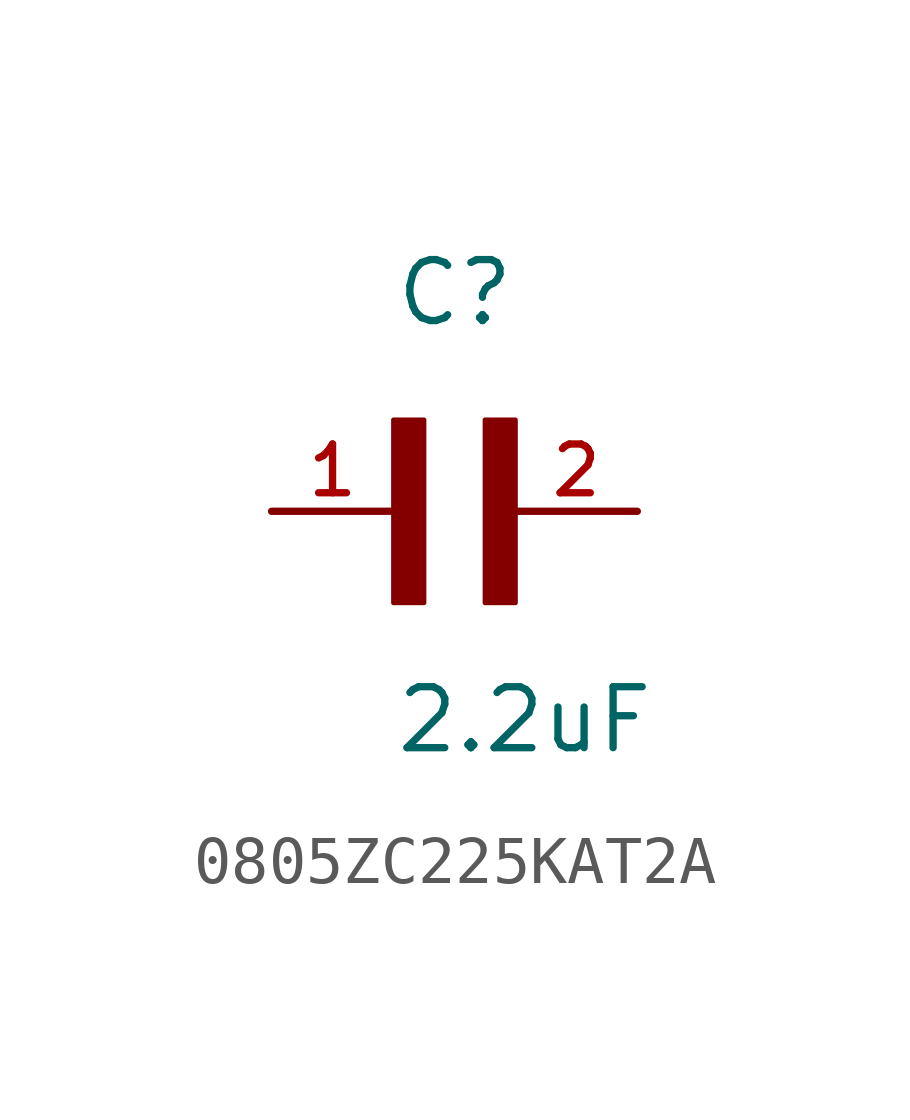
<source format=kicad_sym>
(kicad_symbol_lib
  (version 20241209)
  (generator "kicad_symbol_editor")
  (generator_version "9.0")
  (symbol "0805ZC225KAT2A"
    (pin_names
      (offset 1.016))
    (property "Reference" "C"
      (at 0 3.811 0)
      (effects (font (size 1.27 1.27)) (justify left bottom)))
    (property "Value" "2.2uF"
      (at 0 -5.088 0)
      (effects (font (size 1.27 1.27)) (justify left bottom)))
    (symbol "0805ZC225KAT2A_0_0"
      (rectangle (start 0 -1.907) (end 0.635 1.905) (stroke (width 0.1) (type default)) (fill (type outline)))
      (rectangle (start 1.907 -1.907) (end 2.54 1.905) (stroke (width 0.1) (type default)) (fill (type outline)))
      (pin passive line (at -2.54 0 0) (length 2.54) (name "~" (effects (font (size 1.016 1.016)))) (number "1" (effects (font (size 1.016 1.016)))))
      (pin passive line (at 5.08 0 180) (length 2.54) (name "~" (effects (font (size 1.016 1.016)))) (number "2" (effects (font (size 1.016 1.016))))))))
</source>
